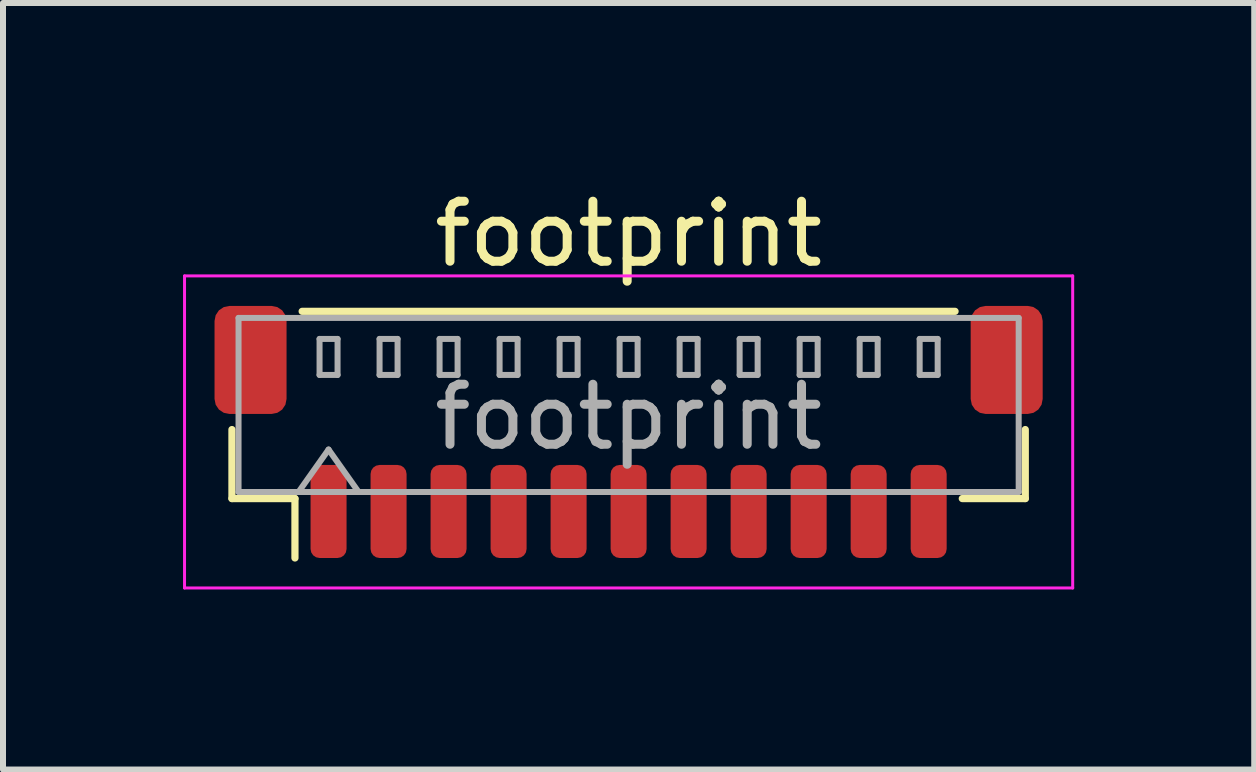
<source format=kicad_pcb>
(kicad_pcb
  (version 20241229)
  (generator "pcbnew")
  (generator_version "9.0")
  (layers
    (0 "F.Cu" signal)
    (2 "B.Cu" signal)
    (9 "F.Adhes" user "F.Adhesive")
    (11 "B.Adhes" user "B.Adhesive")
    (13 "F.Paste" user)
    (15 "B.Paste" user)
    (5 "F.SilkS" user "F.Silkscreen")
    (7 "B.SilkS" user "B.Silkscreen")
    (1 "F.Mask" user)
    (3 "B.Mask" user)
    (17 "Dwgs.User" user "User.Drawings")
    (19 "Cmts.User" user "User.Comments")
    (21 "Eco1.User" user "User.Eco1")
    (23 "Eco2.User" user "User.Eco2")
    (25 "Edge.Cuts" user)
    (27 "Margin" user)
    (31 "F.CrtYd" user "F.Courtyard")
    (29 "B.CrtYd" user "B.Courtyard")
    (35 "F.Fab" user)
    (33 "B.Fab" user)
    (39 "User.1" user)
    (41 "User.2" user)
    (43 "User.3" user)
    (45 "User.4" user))
  (footprint "footprint"
    (layer "F.Cu")
    (at 7.425 4.148)
    (property "Reference" "footprint" (at 0 -3.3 0) (layer "F.SilkS") (effects (font (size 1 1) (thickness 0.15))))
    (attr smd)
    (fp_line (start -6.61 -0.04) (end -6.61 1.11) (stroke (width 0.12) (type solid)) (layer "F.SilkS"))
    (fp_line (start -6.61 1.11) (end -5.56 1.11) (stroke (width 0.12) (type solid)) (layer "F.SilkS"))
    (fp_line (start -5.56 1.11) (end -5.56 2.1) (stroke (width 0.12) (type solid)) (layer "F.SilkS"))
    (fp_line (start -5.44 -2.01) (end 5.44 -2.01) (stroke (width 0.12) (type solid)) (layer "F.SilkS"))
    (fp_line (start 6.61 -0.04) (end 6.61 1.11) (stroke (width 0.12) (type solid)) (layer "F.SilkS"))
    (fp_line (start 6.61 1.11) (end 5.56 1.11) (stroke (width 0.12) (type solid)) (layer "F.SilkS"))
    (fp_line (start -7.4 -2.6) (end -7.4 2.6) (stroke (width 0.05) (type solid)) (layer "F.CrtYd"))
    (fp_line (start -7.4 2.6) (end 7.4 2.6) (stroke (width 0.05) (type solid)) (layer "F.CrtYd"))
    (fp_line (start 7.4 -2.6) (end -7.4 -2.6) (stroke (width 0.05) (type solid)) (layer "F.CrtYd"))
    (fp_line (start 7.4 2.6) (end 7.4 -2.6) (stroke (width 0.05) (type solid)) (layer "F.CrtYd"))
    (fp_line (start -6.5 -1.9) (end 6.5 -1.9) (stroke (width 0.1) (type solid)) (layer "F.Fab"))
    (fp_line (start -6.5 1) (end -6.5 -1.9) (stroke (width 0.1) (type solid)) (layer "F.Fab"))
    (fp_line (start -6.5 1) (end 6.5 1) (stroke (width 0.1) (type solid)) (layer "F.Fab"))
    (fp_line (start -5.5 1) (end -5 0.293) (stroke (width 0.1) (type solid)) (layer "F.Fab"))
    (fp_line (start -5.15 -1.55) (end -5.15 -0.95) (stroke (width 0.1) (type solid)) (layer "F.Fab"))
    (fp_line (start -5.15 -0.95) (end -4.85 -0.95) (stroke (width 0.1) (type solid)) (layer "F.Fab"))
    (fp_line (start -5 0.293) (end -4.5 1) (stroke (width 0.1) (type solid)) (layer "F.Fab"))
    (fp_line (start -4.85 -1.55) (end -5.15 -1.55) (stroke (width 0.1) (type solid)) (layer "F.Fab"))
    (fp_line (start -4.85 -0.95) (end -4.85 -1.55) (stroke (width 0.1) (type solid)) (layer "F.Fab"))
    (fp_line (start -4.15 -1.55) (end -4.15 -0.95) (stroke (width 0.1) (type solid)) (layer "F.Fab"))
    (fp_line (start -4.15 -0.95) (end -3.85 -0.95) (stroke (width 0.1) (type solid)) (layer "F.Fab"))
    (fp_line (start -3.85 -1.55) (end -4.15 -1.55) (stroke (width 0.1) (type solid)) (layer "F.Fab"))
    (fp_line (start -3.85 -0.95) (end -3.85 -1.55) (stroke (width 0.1) (type solid)) (layer "F.Fab"))
    (fp_line (start -3.15 -1.55) (end -3.15 -0.95) (stroke (width 0.1) (type solid)) (layer "F.Fab"))
    (fp_line (start -3.15 -0.95) (end -2.85 -0.95) (stroke (width 0.1) (type solid)) (layer "F.Fab"))
    (fp_line (start -2.85 -1.55) (end -3.15 -1.55) (stroke (width 0.1) (type solid)) (layer "F.Fab"))
    (fp_line (start -2.85 -0.95) (end -2.85 -1.55) (stroke (width 0.1) (type solid)) (layer "F.Fab"))
    (fp_line (start -2.15 -1.55) (end -2.15 -0.95) (stroke (width 0.1) (type solid)) (layer "F.Fab"))
    (fp_line (start -2.15 -0.95) (end -1.85 -0.95) (stroke (width 0.1) (type solid)) (layer "F.Fab"))
    (fp_line (start -1.85 -1.55) (end -2.15 -1.55) (stroke (width 0.1) (type solid)) (layer "F.Fab"))
    (fp_line (start -1.85 -0.95) (end -1.85 -1.55) (stroke (width 0.1) (type solid)) (layer "F.Fab"))
    (fp_line (start -1.15 -1.55) (end -1.15 -0.95) (stroke (width 0.1) (type solid)) (layer "F.Fab"))
    (fp_line (start -1.15 -0.95) (end -0.85 -0.95) (stroke (width 0.1) (type solid)) (layer "F.Fab"))
    (fp_line (start -0.85 -1.55) (end -1.15 -1.55) (stroke (width 0.1) (type solid)) (layer "F.Fab"))
    (fp_line (start -0.85 -0.95) (end -0.85 -1.55) (stroke (width 0.1) (type solid)) (layer "F.Fab"))
    (fp_line (start -0.15 -1.55) (end -0.15 -0.95) (stroke (width 0.1) (type solid)) (layer "F.Fab"))
    (fp_line (start -0.15 -0.95) (end 0.15 -0.95) (stroke (width 0.1) (type solid)) (layer "F.Fab"))
    (fp_line (start 0.15 -1.55) (end -0.15 -1.55) (stroke (width 0.1) (type solid)) (layer "F.Fab"))
    (fp_line (start 0.15 -0.95) (end 0.15 -1.55) (stroke (width 0.1) (type solid)) (layer "F.Fab"))
    (fp_line (start 0.85 -1.55) (end 0.85 -0.95) (stroke (width 0.1) (type solid)) (layer "F.Fab"))
    (fp_line (start 0.85 -0.95) (end 1.15 -0.95) (stroke (width 0.1) (type solid)) (layer "F.Fab"))
    (fp_line (start 1.15 -1.55) (end 0.85 -1.55) (stroke (width 0.1) (type solid)) (layer "F.Fab"))
    (fp_line (start 1.15 -0.95) (end 1.15 -1.55) (stroke (width 0.1) (type solid)) (layer "F.Fab"))
    (fp_line (start 1.85 -1.55) (end 1.85 -0.95) (stroke (width 0.1) (type solid)) (layer "F.Fab"))
    (fp_line (start 1.85 -0.95) (end 2.15 -0.95) (stroke (width 0.1) (type solid)) (layer "F.Fab"))
    (fp_line (start 2.15 -1.55) (end 1.85 -1.55) (stroke (width 0.1) (type solid)) (layer "F.Fab"))
    (fp_line (start 2.15 -0.95) (end 2.15 -1.55) (stroke (width 0.1) (type solid)) (layer "F.Fab"))
    (fp_line (start 2.85 -1.55) (end 2.85 -0.95) (stroke (width 0.1) (type solid)) (layer "F.Fab"))
    (fp_line (start 2.85 -0.95) (end 3.15 -0.95) (stroke (width 0.1) (type solid)) (layer "F.Fab"))
    (fp_line (start 3.15 -1.55) (end 2.85 -1.55) (stroke (width 0.1) (type solid)) (layer "F.Fab"))
    (fp_line (start 3.15 -0.95) (end 3.15 -1.55) (stroke (width 0.1) (type solid)) (layer "F.Fab"))
    (fp_line (start 3.85 -1.55) (end 3.85 -0.95) (stroke (width 0.1) (type solid)) (layer "F.Fab"))
    (fp_line (start 3.85 -0.95) (end 4.15 -0.95) (stroke (width 0.1) (type solid)) (layer "F.Fab"))
    (fp_line (start 4.15 -1.55) (end 3.85 -1.55) (stroke (width 0.1) (type solid)) (layer "F.Fab"))
    (fp_line (start 4.15 -0.95) (end 4.15 -1.55) (stroke (width 0.1) (type solid)) (layer "F.Fab"))
    (fp_line (start 4.85 -1.55) (end 4.85 -0.95) (stroke (width 0.1) (type solid)) (layer "F.Fab"))
    (fp_line (start 4.85 -0.95) (end 5.15 -0.95) (stroke (width 0.1) (type solid)) (layer "F.Fab"))
    (fp_line (start 5.15 -1.55) (end 4.85 -1.55) (stroke (width 0.1) (type solid)) (layer "F.Fab"))
    (fp_line (start 5.15 -0.95) (end 5.15 -1.55) (stroke (width 0.1) (type solid)) (layer "F.Fab"))
    (fp_line (start 6.5 1) (end 6.5 -1.9) (stroke (width 0.1) (type solid)) (layer "F.Fab"))
    (fp_text user "${REFERENCE}" (at 0 -0.25 0) (layer "F.Fab") (effects (font (size 1 1) (thickness 0.15))))
    (pad "1" smd roundrect (at -5 1.325) (size 0.6 1.55) (layers "F.Cu" "F.Mask" "F.Paste") (roundrect_rratio 0.25))
    (pad "2" smd roundrect (at -4 1.325) (size 0.6 1.55) (layers "F.Cu" "F.Mask" "F.Paste") (roundrect_rratio 0.25))
    (pad "3" smd roundrect (at -3 1.325) (size 0.6 1.55) (layers "F.Cu" "F.Mask" "F.Paste") (roundrect_rratio 0.25))
    (pad "4" smd roundrect (at -2 1.325) (size 0.6 1.55) (layers "F.Cu" "F.Mask" "F.Paste") (roundrect_rratio 0.25))
    (pad "5" smd roundrect (at -1 1.325) (size 0.6 1.55) (layers "F.Cu" "F.Mask" "F.Paste") (roundrect_rratio 0.25))
    (pad "6" smd roundrect (at 0 1.325) (size 0.6 1.55) (layers "F.Cu" "F.Mask" "F.Paste") (roundrect_rratio 0.25))
    (pad "7" smd roundrect (at 1 1.325) (size 0.6 1.55) (layers "F.Cu" "F.Mask" "F.Paste") (roundrect_rratio 0.25))
    (pad "8" smd roundrect (at 2 1.325) (size 0.6 1.55) (layers "F.Cu" "F.Mask" "F.Paste") (roundrect_rratio 0.25))
    (pad "9" smd roundrect (at 3 1.325) (size 0.6 1.55) (layers "F.Cu" "F.Mask" "F.Paste") (roundrect_rratio 0.25))
    (pad "10" smd roundrect (at 4 1.325) (size 0.6 1.55) (layers "F.Cu" "F.Mask" "F.Paste") (roundrect_rratio 0.25))
    (pad "11" smd roundrect (at 5 1.325) (size 0.6 1.55) (layers "F.Cu" "F.Mask" "F.Paste") (roundrect_rratio 0.25))
    (pad "MP" smd roundrect (at -6.3 -1.2) (size 1.2 1.8) (layers "F.Cu" "F.Mask" "F.Paste") (roundrect_rratio 0.208))
    (pad "MP" smd roundrect (at 6.3 -1.2) (size 1.2 1.8) (layers "F.Cu" "F.Mask" "F.Paste") (roundrect_rratio 0.208)))
  (gr_rect
    (start -3 -3)
    (end 17.85 9.773)
    (stroke (width 0.1) (type default))
    (fill no)
    (layer "Edge.Cuts")))
</source>
